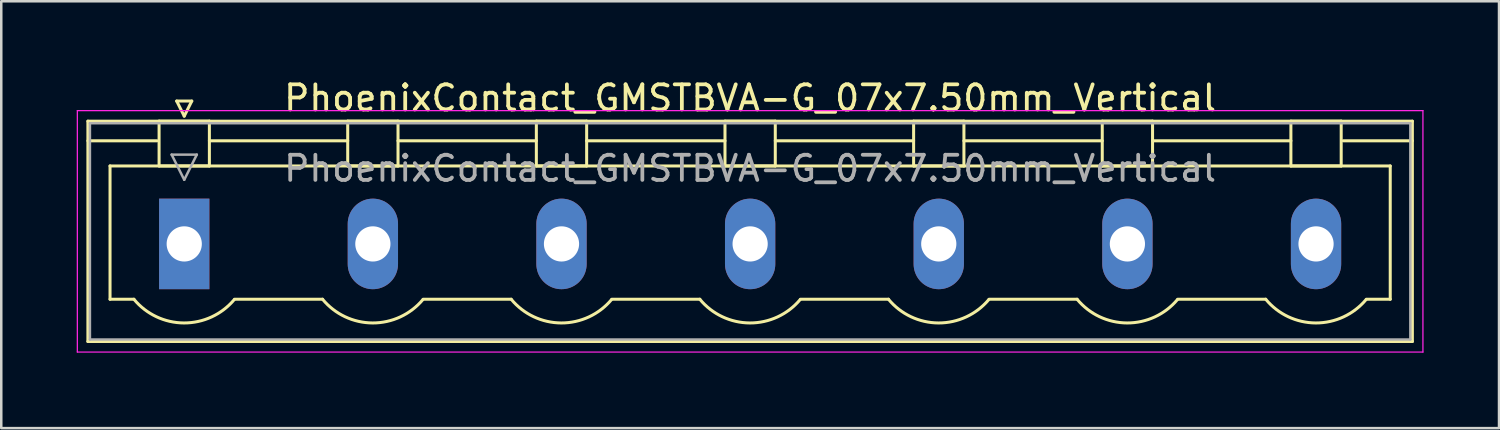
<source format=kicad_pcb>
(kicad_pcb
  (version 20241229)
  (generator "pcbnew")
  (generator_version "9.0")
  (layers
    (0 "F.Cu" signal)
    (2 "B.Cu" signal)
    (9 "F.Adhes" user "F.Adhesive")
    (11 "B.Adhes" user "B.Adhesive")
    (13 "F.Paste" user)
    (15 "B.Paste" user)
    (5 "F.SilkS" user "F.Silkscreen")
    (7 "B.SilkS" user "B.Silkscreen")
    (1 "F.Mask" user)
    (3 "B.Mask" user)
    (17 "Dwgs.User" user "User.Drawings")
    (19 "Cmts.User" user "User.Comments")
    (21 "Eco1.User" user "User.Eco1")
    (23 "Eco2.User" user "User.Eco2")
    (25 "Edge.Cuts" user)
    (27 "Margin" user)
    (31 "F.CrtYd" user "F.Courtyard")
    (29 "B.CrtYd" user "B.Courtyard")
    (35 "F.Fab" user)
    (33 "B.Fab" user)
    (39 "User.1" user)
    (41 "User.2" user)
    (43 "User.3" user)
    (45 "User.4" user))
  (footprint "PhoenixContact_GMSTBVA-G_07x7.50mm_Vertical"
    (layer "F.Cu")
    (at 4.275 6.648)
    (property "Reference" "PhoenixContact_GMSTBVA-G_07x7.50mm_Vertical" (at 22.5 -5.8 0) (layer "F.SilkS") (effects (font (size 1 1) (thickness 0.15))))
    (attr through_hole)
    (fp_line (start -3.83 -4.88) (end -3.83 3.88) (stroke (width 0.12) (type solid)) (layer "F.SilkS"))
    (fp_line (start -3.83 -4.1) (end -1.08 -4.1) (stroke (width 0.12) (type solid)) (layer "F.SilkS"))
    (fp_line (start -3.83 3.88) (end 48.83 3.88) (stroke (width 0.12) (type solid)) (layer "F.SilkS"))
    (fp_line (start -2.95 -3.1) (end 47.95 -3.1) (stroke (width 0.12) (type solid)) (layer "F.SilkS"))
    (fp_line (start -2.95 2.2) (end -2.95 -3.1) (stroke (width 0.12) (type solid)) (layer "F.SilkS"))
    (fp_line (start -2 2.2) (end -2.95 2.2) (stroke (width 0.12) (type solid)) (layer "F.SilkS"))
    (fp_line (start -1 -4.88) (end 1 -4.88) (stroke (width 0.12) (type solid)) (layer "F.SilkS"))
    (fp_line (start -1 -3.1) (end -1 -4.88) (stroke (width 0.12) (type solid)) (layer "F.SilkS"))
    (fp_line (start -0.3 -5.68) (end 0.3 -5.68) (stroke (width 0.12) (type solid)) (layer "F.SilkS"))
    (fp_line (start 0 -5.08) (end -0.3 -5.68) (stroke (width 0.12) (type solid)) (layer "F.SilkS"))
    (fp_line (start 0.3 -5.68) (end 0 -5.08) (stroke (width 0.12) (type solid)) (layer "F.SilkS"))
    (fp_line (start 1 -4.88) (end 1 -3.1) (stroke (width 0.12) (type solid)) (layer "F.SilkS"))
    (fp_line (start 1 -4.1) (end 6.5 -4.1) (stroke (width 0.12) (type solid)) (layer "F.SilkS"))
    (fp_line (start 1 -3.1) (end -1 -3.1) (stroke (width 0.12) (type solid)) (layer "F.SilkS"))
    (fp_line (start 2 2.2) (end 5.5 2.2) (stroke (width 0.12) (type solid)) (layer "F.SilkS"))
    (fp_line (start 6.5 -4.88) (end 8.5 -4.88) (stroke (width 0.12) (type solid)) (layer "F.SilkS"))
    (fp_line (start 6.5 -3.1) (end 6.5 -4.88) (stroke (width 0.12) (type solid)) (layer "F.SilkS"))
    (fp_line (start 8.5 -4.88) (end 8.5 -3.1) (stroke (width 0.12) (type solid)) (layer "F.SilkS"))
    (fp_line (start 8.5 -4.1) (end 14 -4.1) (stroke (width 0.12) (type solid)) (layer "F.SilkS"))
    (fp_line (start 8.5 -3.1) (end 6.5 -3.1) (stroke (width 0.12) (type solid)) (layer "F.SilkS"))
    (fp_line (start 9.5 2.2) (end 13 2.2) (stroke (width 0.12) (type solid)) (layer "F.SilkS"))
    (fp_line (start 14 -4.88) (end 16 -4.88) (stroke (width 0.12) (type solid)) (layer "F.SilkS"))
    (fp_line (start 14 -3.1) (end 14 -4.88) (stroke (width 0.12) (type solid)) (layer "F.SilkS"))
    (fp_line (start 16 -4.88) (end 16 -3.1) (stroke (width 0.12) (type solid)) (layer "F.SilkS"))
    (fp_line (start 16 -4.1) (end 21.5 -4.1) (stroke (width 0.12) (type solid)) (layer "F.SilkS"))
    (fp_line (start 16 -3.1) (end 14 -3.1) (stroke (width 0.12) (type solid)) (layer "F.SilkS"))
    (fp_line (start 17 2.2) (end 20.5 2.2) (stroke (width 0.12) (type solid)) (layer "F.SilkS"))
    (fp_line (start 21.5 -4.88) (end 23.5 -4.88) (stroke (width 0.12) (type solid)) (layer "F.SilkS"))
    (fp_line (start 21.5 -3.1) (end 21.5 -4.88) (stroke (width 0.12) (type solid)) (layer "F.SilkS"))
    (fp_line (start 23.5 -4.88) (end 23.5 -3.1) (stroke (width 0.12) (type solid)) (layer "F.SilkS"))
    (fp_line (start 23.5 -4.1) (end 29 -4.1) (stroke (width 0.12) (type solid)) (layer "F.SilkS"))
    (fp_line (start 23.5 -3.1) (end 21.5 -3.1) (stroke (width 0.12) (type solid)) (layer "F.SilkS"))
    (fp_line (start 24.5 2.2) (end 28 2.2) (stroke (width 0.12) (type solid)) (layer "F.SilkS"))
    (fp_line (start 29 -4.88) (end 31 -4.88) (stroke (width 0.12) (type solid)) (layer "F.SilkS"))
    (fp_line (start 29 -3.1) (end 29 -4.88) (stroke (width 0.12) (type solid)) (layer "F.SilkS"))
    (fp_line (start 31 -4.88) (end 31 -3.1) (stroke (width 0.12) (type solid)) (layer "F.SilkS"))
    (fp_line (start 31 -4.1) (end 36.5 -4.1) (stroke (width 0.12) (type solid)) (layer "F.SilkS"))
    (fp_line (start 31 -3.1) (end 29 -3.1) (stroke (width 0.12) (type solid)) (layer "F.SilkS"))
    (fp_line (start 32 2.2) (end 35.5 2.2) (stroke (width 0.12) (type solid)) (layer "F.SilkS"))
    (fp_line (start 36.5 -4.88) (end 38.5 -4.88) (stroke (width 0.12) (type solid)) (layer "F.SilkS"))
    (fp_line (start 36.5 -3.1) (end 36.5 -4.88) (stroke (width 0.12) (type solid)) (layer "F.SilkS"))
    (fp_line (start 38.5 -4.88) (end 38.5 -3.1) (stroke (width 0.12) (type solid)) (layer "F.SilkS"))
    (fp_line (start 38.5 -4.1) (end 44 -4.1) (stroke (width 0.12) (type solid)) (layer "F.SilkS"))
    (fp_line (start 38.5 -3.1) (end 36.5 -3.1) (stroke (width 0.12) (type solid)) (layer "F.SilkS"))
    (fp_line (start 39.5 2.2) (end 43 2.2) (stroke (width 0.12) (type solid)) (layer "F.SilkS"))
    (fp_line (start 44 -4.88) (end 46 -4.88) (stroke (width 0.12) (type solid)) (layer "F.SilkS"))
    (fp_line (start 44 -3.1) (end 44 -4.88) (stroke (width 0.12) (type solid)) (layer "F.SilkS"))
    (fp_line (start 46 -4.88) (end 46 -3.1) (stroke (width 0.12) (type solid)) (layer "F.SilkS"))
    (fp_line (start 46 -3.1) (end 44 -3.1) (stroke (width 0.12) (type solid)) (layer "F.SilkS"))
    (fp_line (start 47.95 -3.1) (end 47.95 2.2) (stroke (width 0.12) (type solid)) (layer "F.SilkS"))
    (fp_line (start 47.95 2.2) (end 47 2.2) (stroke (width 0.12) (type solid)) (layer "F.SilkS"))
    (fp_line (start 48.83 -4.88) (end -3.83 -4.88) (stroke (width 0.12) (type solid)) (layer "F.SilkS"))
    (fp_line (start 48.83 -4.1) (end 46.08 -4.1) (stroke (width 0.12) (type solid)) (layer "F.SilkS"))
    (fp_line (start 48.83 3.88) (end 48.83 -4.88) (stroke (width 0.12) (type solid)) (layer "F.SilkS"))
    (fp_arc (start 1.986842 2.215821) (mid -0.010289 3.142758) (end -2 2.2) (stroke (width 0.12) (type solid)) (layer "F.SilkS"))
    (fp_arc (start 9.486842 2.215821) (mid 7.489711 3.142758) (end 5.5 2.2) (stroke (width 0.12) (type solid)) (layer "F.SilkS"))
    (fp_arc (start 16.986842 2.215821) (mid 14.989711 3.142758) (end 13 2.2) (stroke (width 0.12) (type solid)) (layer "F.SilkS"))
    (fp_arc (start 24.486842 2.215821) (mid 22.489711 3.142758) (end 20.5 2.2) (stroke (width 0.12) (type solid)) (layer "F.SilkS"))
    (fp_arc (start 31.986842 2.215821) (mid 29.989711 3.142758) (end 28 2.2) (stroke (width 0.12) (type solid)) (layer "F.SilkS"))
    (fp_arc (start 39.486842 2.215821) (mid 37.489711 3.142758) (end 35.5 2.2) (stroke (width 0.12) (type solid)) (layer "F.SilkS"))
    (fp_arc (start 46.986842 2.215821) (mid 44.989711 3.142758) (end 43 2.2) (stroke (width 0.12) (type solid)) (layer "F.SilkS"))
    (fp_line (start -4.25 -5.3) (end -4.25 4.3) (stroke (width 0.05) (type solid)) (layer "F.CrtYd"))
    (fp_line (start -4.25 4.3) (end 49.25 4.3) (stroke (width 0.05) (type solid)) (layer "F.CrtYd"))
    (fp_line (start 49.25 -5.3) (end -4.25 -5.3) (stroke (width 0.05) (type solid)) (layer "F.CrtYd"))
    (fp_line (start 49.25 4.3) (end 49.25 -5.3) (stroke (width 0.05) (type solid)) (layer "F.CrtYd"))
    (fp_line (start -3.75 -4.8) (end -3.75 3.8) (stroke (width 0.1) (type solid)) (layer "F.Fab"))
    (fp_line (start -3.75 3.8) (end 48.75 3.8) (stroke (width 0.1) (type solid)) (layer "F.Fab"))
    (fp_line (start -0.5 -3.55) (end 0.5 -3.55) (stroke (width 0.1) (type solid)) (layer "F.Fab"))
    (fp_line (start 0 -2.55) (end -0.5 -3.55) (stroke (width 0.1) (type solid)) (layer "F.Fab"))
    (fp_line (start 0.5 -3.55) (end 0 -2.55) (stroke (width 0.1) (type solid)) (layer "F.Fab"))
    (fp_line (start 48.75 -4.8) (end -3.75 -4.8) (stroke (width 0.1) (type solid)) (layer "F.Fab"))
    (fp_line (start 48.75 3.8) (end 48.75 -4.8) (stroke (width 0.1) (type solid)) (layer "F.Fab"))
    (fp_text user "${REFERENCE}" (at 22.5 -3 0) (layer "F.Fab") (effects (font (size 1 1) (thickness 0.15))))
    (pad "1" thru_hole rect (at 0 0) (size 2 3.6) (drill 1.4) (layers "*.Cu" "*.Mask"))
    (pad "2" thru_hole oval (at 7.5 0) (size 2 3.6) (drill 1.4) (layers "*.Cu" "*.Mask"))
    (pad "3" thru_hole oval (at 15 0) (size 2 3.6) (drill 1.4) (layers "*.Cu" "*.Mask"))
    (pad "4" thru_hole oval (at 22.5 0) (size 2 3.6) (drill 1.4) (layers "*.Cu" "*.Mask"))
    (pad "5" thru_hole oval (at 30 0) (size 2 3.6) (drill 1.4) (layers "*.Cu" "*.Mask"))
    (pad "6" thru_hole oval (at 37.5 0) (size 2 3.6) (drill 1.4) (layers "*.Cu" "*.Mask"))
    (pad "7" thru_hole oval (at 45 0) (size 2 3.6) (drill 1.4) (layers "*.Cu" "*.Mask")))
  (gr_rect
    (start -3 -3)
    (end 56.55 13.973)
    (stroke (width 0.1) (type default))
    (fill no)
    (layer "Edge.Cuts")))
</source>
